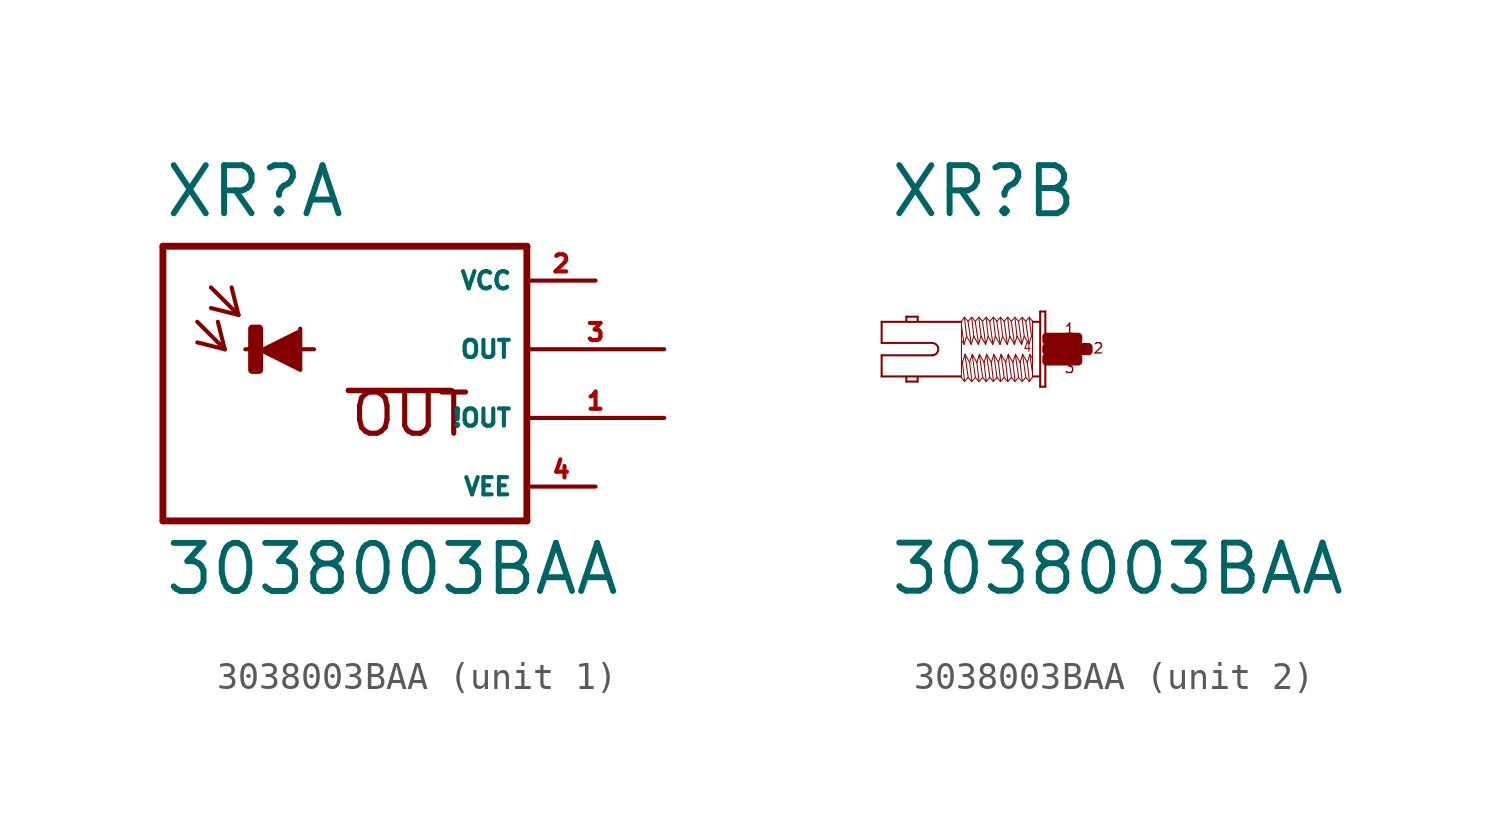
<source format=kicad_sym>
(kicad_symbol_lib
  (version 20220914)
  (generator Eagle2Kicad)
  (symbol "3038003BAA"
    (property "Reference" "XR"
      (at -5.842 4.801 0)
      (effects (font (size 1.778 1.778) (thickness 0.22)) (justify left bottom)))
    (property "Value" "3038003BAA"
      (at -5.842 -9.169 0)
      (effects (font (size 1.778 1.778) (thickness 0.22)) (justify left bottom)))
    (symbol "3038003BAA_1_0"
      (polyline (pts (xy -2.286 0) (xy -0.762 -0.762) (xy -0.762 0.762)) (stroke (width 0.152) (type default)) (fill (type outline)))
      (polyline (pts (xy -4.572 1.016) (xy -3.556 0)) (stroke (width 0.152) (type default)) (fill (type none)))
      (polyline (pts (xy -3.556 0) (xy -3.81 1.016)) (stroke (width 0.152) (type default)) (fill (type none)))
      (polyline (pts (xy -3.556 0) (xy -4.572 0.254)) (stroke (width 0.152) (type default)) (fill (type none)))
      (polyline (pts (xy -4.064 2.286) (xy -3.048 1.27)) (stroke (width 0.152) (type default)) (fill (type none)))
      (polyline (pts (xy -3.048 1.27) (xy -3.302 2.286)) (stroke (width 0.152) (type default)) (fill (type none)))
      (polyline (pts (xy -3.048 1.27) (xy -4.064 1.524)) (stroke (width 0.152) (type default)) (fill (type none)))
      (polyline (pts (xy 7.62 3.81) (xy 7.62 -6.35)) (stroke (width 0.254) (type default)) (fill (type none)))
      (polyline (pts (xy 7.62 -6.35) (xy -5.842 -6.35)) (stroke (width 0.254) (type default)) (fill (type none)))
      (polyline (pts (xy -5.842 -6.35) (xy -5.842 3.81)) (stroke (width 0.254) (type default)) (fill (type none)))
      (polyline (pts (xy -5.842 3.81) (xy 7.62 3.81)) (stroke (width 0.254) (type default)) (fill (type none)))
      (polyline (pts (xy -2.794 0) (xy -0.254 0)) (stroke (width 0.152) (type default)) (fill (type none)))
      (polyline (pts (xy 1.016 -1.524) (xy 4.826 -1.524)) (stroke (width 0.203) (type default)) (fill (type none)))
      (text "OUT" (at 1.016 -3.302 0) (effects (font (size 1.524 1.524) (thickness 0.19)) (justify left bottom)))
      (rectangle (start -2.54 -0.762) (end -2.286 0.762) (stroke (width 0.3) (type default)) (fill (type outline)))
      (pin unspecified line (at 10.16 2.54 180) (length 2.54) (name "VCC" (effects (font (size 0.635 0.635) (thickness 0.08)) (justify left bottom))) (number "2" (effects (font (size 0.635 0.635) (thickness 0.08)) (justify left bottom))))
      (pin unspecified line (at 10.16 -5.08 180) (length 2.54) (name "VEE" (effects (font (size 0.635 0.635) (thickness 0.08)) (justify left bottom))) (number "4" (effects (font (size 0.635 0.635) (thickness 0.08)) (justify left bottom))))
      (pin output line (at 12.7 0 180) (length 5.08) (name "OUT" (effects (font (size 0.635 0.635) (thickness 0.08)) (justify left bottom))) (number "3" (effects (font (size 0.635 0.635) (thickness 0.08)) (justify left bottom))))
      (pin output line (at 12.7 -2.54 180) (length 5.08) (name "!OUT" (effects (font (size 0.635 0.635) (thickness 0.08)) (justify left bottom))) (number "1" (effects (font (size 0.635 0.635) (thickness 0.08)) (justify left bottom)))))
    (symbol "3038003BAA_2_0"
      (polyline (pts (xy -0.038 1.391) (xy -0.038 -1.391)) (stroke (width 0.076) (type default)) (fill (type none)))
      (polyline (pts (xy -0.038 -1.391) (xy -0.229 -1.391)) (stroke (width 0.076) (type default)) (fill (type none)))
      (polyline (pts (xy -0.229 -1.391) (xy -0.229 1.391)) (stroke (width 0.076) (type default)) (fill (type none)))
      (polyline (pts (xy -0.229 1.391) (xy -0.038 1.391)) (stroke (width 0.076) (type default)) (fill (type none)))
      (polyline (pts (xy -0.267 1.01) (xy -0.476 1.01)) (stroke (width 0.076) (type default)) (fill (type none)))
      (polyline (pts (xy -0.267 -1.01) (xy -0.476 -1.01)) (stroke (width 0.076) (type default)) (fill (type none)))
      (polyline (pts (xy -3.181 -1.01) (xy -6.096 -1.01)) (stroke (width 0.076) (type default)) (fill (type none)))
      (polyline (pts (xy -6.096 -1.01) (xy -6.096 -0.229)) (stroke (width 0.076) (type default)) (fill (type none)))
      (polyline (pts (xy -6.096 -0.229) (xy -4.229 -0.229)) (stroke (width 0.076) (type default)) (fill (type none)))
      (polyline (pts (xy -4.229 0.229) (xy -6.096 0.229)) (stroke (width 0.076) (type default)) (fill (type none)))
      (polyline (pts (xy -6.096 0.229) (xy -6.096 1.01)) (stroke (width 0.076) (type default)) (fill (type none)))
      (polyline (pts (xy -6.096 1.01) (xy -3.181 1.01)) (stroke (width 0.076) (type default)) (fill (type none)))
      (polyline (pts (xy -4.763 -1.029) (xy -4.763 -1.2)) (stroke (width 0.076) (type default)) (fill (type none)))
      (polyline (pts (xy -4.763 -1.2) (xy -5.182 -1.2)) (stroke (width 0.076) (type default)) (fill (type none)))
      (polyline (pts (xy -5.182 -1.2) (xy -5.182 -1.048)) (stroke (width 0.076) (type default)) (fill (type none)))
      (polyline (pts (xy -4.763 1.067) (xy -4.763 1.2)) (stroke (width 0.076) (type default)) (fill (type none)))
      (polyline (pts (xy -4.763 1.2) (xy -5.182 1.2)) (stroke (width 0.076) (type default)) (fill (type none)))
      (polyline (pts (xy -5.182 1.2) (xy -5.182 1.048)) (stroke (width 0.076) (type default)) (fill (type none)))
      (polyline (pts (xy -0.514 -1.048) (xy -0.629 -1.2)) (stroke (width 0.038) (type default)) (fill (type none)))
      (polyline (pts (xy -0.629 -1.2) (xy -0.762 -1.048)) (stroke (width 0.038) (type default)) (fill (type none)))
      (polyline (pts (xy -0.762 -1.048) (xy -0.895 -1.2)) (stroke (width 0.038) (type default)) (fill (type none)))
      (polyline (pts (xy -0.895 -1.2) (xy -1.029 -1.048)) (stroke (width 0.038) (type default)) (fill (type none)))
      (polyline (pts (xy -1.029 -1.048) (xy -1.162 -1.2)) (stroke (width 0.038) (type default)) (fill (type none)))
      (polyline (pts (xy -1.162 -1.2) (xy -1.295 -1.048)) (stroke (width 0.038) (type default)) (fill (type none)))
      (polyline (pts (xy -1.295 -1.048) (xy -1.429 -1.2)) (stroke (width 0.038) (type default)) (fill (type none)))
      (polyline (pts (xy -1.429 -1.2) (xy -1.562 -1.048)) (stroke (width 0.038) (type default)) (fill (type none)))
      (polyline (pts (xy -1.562 -1.048) (xy -1.696 -1.2)) (stroke (width 0.038) (type default)) (fill (type none)))
      (polyline (pts (xy -1.696 -1.2) (xy -1.829 -1.048)) (stroke (width 0.038) (type default)) (fill (type none)))
      (polyline (pts (xy -1.829 -1.048) (xy -1.962 -1.2)) (stroke (width 0.038) (type default)) (fill (type none)))
      (polyline (pts (xy -1.962 -1.2) (xy -2.095 -1.048)) (stroke (width 0.038) (type default)) (fill (type none)))
      (polyline (pts (xy -2.095 -1.048) (xy -2.229 -1.2)) (stroke (width 0.038) (type default)) (fill (type none)))
      (polyline (pts (xy -2.229 -1.2) (xy -2.362 -1.048)) (stroke (width 0.038) (type default)) (fill (type none)))
      (polyline (pts (xy -2.362 -1.048) (xy -2.496 -1.2)) (stroke (width 0.038) (type default)) (fill (type none)))
      (polyline (pts (xy -2.496 -1.2) (xy -2.629 -1.048)) (stroke (width 0.038) (type default)) (fill (type none)))
      (polyline (pts (xy -2.629 -1.048) (xy -2.762 -1.2)) (stroke (width 0.038) (type default)) (fill (type none)))
      (polyline (pts (xy -2.762 -1.2) (xy -2.896 -1.048)) (stroke (width 0.038) (type default)) (fill (type none)))
      (polyline (pts (xy -2.896 -1.048) (xy -3.029 -1.2)) (stroke (width 0.038) (type default)) (fill (type none)))
      (polyline (pts (xy -3.029 -1.2) (xy -3.143 -1.048)) (stroke (width 0.038) (type default)) (fill (type none)))
      (polyline (pts (xy -3.143 -1.048) (xy -3.143 -0.419)) (stroke (width 0.038) (type default)) (fill (type none)))
      (polyline (pts (xy -3.143 -0.419) (xy -3.143 0.857)) (stroke (width 0.038) (type default)) (fill (type none)))
      (polyline (pts (xy -3.143 0.857) (xy -3.143 1.029)) (stroke (width 0.038) (type default)) (fill (type none)))
      (polyline (pts (xy -0.514 1.048) (xy -0.514 1.029)) (stroke (width 0.038) (type default)) (fill (type none)))
      (polyline (pts (xy -0.514 1.029) (xy -0.514 -0.876)) (stroke (width 0.038) (type default)) (fill (type none)))
      (polyline (pts (xy -0.514 -0.876) (xy -0.514 -1.029)) (stroke (width 0.038) (type default)) (fill (type none)))
      (polyline (pts (xy -0.533 -0.324) (xy -0.61 -0.191)) (stroke (width 0.038) (type default)) (fill (type none)))
      (polyline (pts (xy -0.61 -0.191) (xy -0.705 -0.495)) (stroke (width 0.038) (type default)) (fill (type none)))
      (polyline (pts (xy -0.705 -0.495) (xy -0.876 -0.191)) (stroke (width 0.038) (type default)) (fill (type none)))
      (polyline (pts (xy -0.876 -0.191) (xy -0.972 -0.495)) (stroke (width 0.038) (type default)) (fill (type none)))
      (polyline (pts (xy -0.972 -0.495) (xy -1.143 -0.191)) (stroke (width 0.038) (type default)) (fill (type none)))
      (polyline (pts (xy -1.143 -0.191) (xy -1.238 -0.495)) (stroke (width 0.038) (type default)) (fill (type none)))
      (polyline (pts (xy -1.238 -0.495) (xy -1.41 -0.191)) (stroke (width 0.038) (type default)) (fill (type none)))
      (polyline (pts (xy -1.41 -0.191) (xy -1.505 -0.495)) (stroke (width 0.038) (type default)) (fill (type none)))
      (polyline (pts (xy -1.505 -0.495) (xy -1.676 -0.191)) (stroke (width 0.038) (type default)) (fill (type none)))
      (polyline (pts (xy -1.676 -0.191) (xy -1.772 -0.495)) (stroke (width 0.038) (type default)) (fill (type none)))
      (polyline (pts (xy -1.772 -0.495) (xy -1.943 -0.191)) (stroke (width 0.038) (type default)) (fill (type none)))
      (polyline (pts (xy -1.943 -0.191) (xy -2.038 -0.495)) (stroke (width 0.038) (type default)) (fill (type none)))
      (polyline (pts (xy -2.038 -0.495) (xy -2.21 -0.191)) (stroke (width 0.038) (type default)) (fill (type none)))
      (polyline (pts (xy -2.21 -0.191) (xy -2.305 -0.495)) (stroke (width 0.038) (type default)) (fill (type none)))
      (polyline (pts (xy -2.305 -0.495) (xy -2.477 -0.191)) (stroke (width 0.038) (type default)) (fill (type none)))
      (polyline (pts (xy -2.477 -0.191) (xy -2.572 -0.495)) (stroke (width 0.038) (type default)) (fill (type none)))
      (polyline (pts (xy -2.572 -0.495) (xy -2.743 -0.191)) (stroke (width 0.038) (type default)) (fill (type none)))
      (polyline (pts (xy -2.743 -0.191) (xy -2.838 -0.495)) (stroke (width 0.038) (type default)) (fill (type none)))
      (polyline (pts (xy -2.838 -0.495) (xy -3.01 -0.191)) (stroke (width 0.038) (type default)) (fill (type none)))
      (polyline (pts (xy -3.01 -0.191) (xy -3.105 -0.495)) (stroke (width 0.038) (type default)) (fill (type none)))
      (polyline (pts (xy -3.105 -0.495) (xy -3.143 -0.419)) (stroke (width 0.038) (type default)) (fill (type none)))
      (polyline (pts (xy -3.029 -1.162) (xy -3.105 -0.495)) (stroke (width 0.038) (type default)) (fill (type none)))
      (polyline (pts (xy -2.896 -1.029) (xy -3.01 -0.229)) (stroke (width 0.038) (type default)) (fill (type none)))
      (polyline (pts (xy -2.762 -1.162) (xy -2.838 -0.495)) (stroke (width 0.038) (type default)) (fill (type none)))
      (polyline (pts (xy -2.629 -1.029) (xy -2.743 -0.229)) (stroke (width 0.038) (type default)) (fill (type none)))
      (polyline (pts (xy -2.496 -1.162) (xy -2.572 -0.495)) (stroke (width 0.038) (type default)) (fill (type none)))
      (polyline (pts (xy -2.362 -1.029) (xy -2.477 -0.229)) (stroke (width 0.038) (type default)) (fill (type none)))
      (polyline (pts (xy -2.229 -1.162) (xy -2.305 -0.495)) (stroke (width 0.038) (type default)) (fill (type none)))
      (polyline (pts (xy -2.095 -1.029) (xy -2.21 -0.229)) (stroke (width 0.038) (type default)) (fill (type none)))
      (polyline (pts (xy -1.962 -1.162) (xy -2.038 -0.495)) (stroke (width 0.038) (type default)) (fill (type none)))
      (polyline (pts (xy -1.829 -1.029) (xy -1.943 -0.229)) (stroke (width 0.038) (type default)) (fill (type none)))
      (polyline (pts (xy -1.696 -1.162) (xy -1.772 -0.495)) (stroke (width 0.038) (type default)) (fill (type none)))
      (polyline (pts (xy -1.562 -1.029) (xy -1.676 -0.229)) (stroke (width 0.038) (type default)) (fill (type none)))
      (polyline (pts (xy -1.429 -1.162) (xy -1.505 -0.495)) (stroke (width 0.038) (type default)) (fill (type none)))
      (polyline (pts (xy -1.295 -1.029) (xy -1.41 -0.229)) (stroke (width 0.038) (type default)) (fill (type none)))
      (polyline (pts (xy -1.162 -1.162) (xy -1.238 -0.495)) (stroke (width 0.038) (type default)) (fill (type none)))
      (polyline (pts (xy -1.029 -1.029) (xy -1.143 -0.229)) (stroke (width 0.038) (type default)) (fill (type none)))
      (polyline (pts (xy -0.895 -1.162) (xy -0.972 -0.495)) (stroke (width 0.038) (type default)) (fill (type none)))
      (polyline (pts (xy -0.762 -1.029) (xy -0.876 -0.229)) (stroke (width 0.038) (type default)) (fill (type none)))
      (polyline (pts (xy -0.629 -1.162) (xy -0.705 -0.495)) (stroke (width 0.038) (type default)) (fill (type none)))
      (polyline (pts (xy -0.514 -0.876) (xy -0.61 -0.229)) (stroke (width 0.038) (type default)) (fill (type none)))
      (polyline (pts (xy -3.143 1.029) (xy -3.029 1.181)) (stroke (width 0.038) (type default)) (fill (type none)))
      (polyline (pts (xy -3.029 1.181) (xy -2.896 1.029)) (stroke (width 0.038) (type default)) (fill (type none)))
      (polyline (pts (xy -2.896 1.029) (xy -2.762 1.181)) (stroke (width 0.038) (type default)) (fill (type none)))
      (polyline (pts (xy -2.762 1.181) (xy -2.629 1.029)) (stroke (width 0.038) (type default)) (fill (type none)))
      (polyline (pts (xy -2.629 1.029) (xy -2.496 1.181)) (stroke (width 0.038) (type default)) (fill (type none)))
      (polyline (pts (xy -2.496 1.181) (xy -2.362 1.029)) (stroke (width 0.038) (type default)) (fill (type none)))
      (polyline (pts (xy -2.362 1.029) (xy -2.229 1.181)) (stroke (width 0.038) (type default)) (fill (type none)))
      (polyline (pts (xy -2.229 1.181) (xy -2.095 1.029)) (stroke (width 0.038) (type default)) (fill (type none)))
      (polyline (pts (xy -2.095 1.029) (xy -1.962 1.181)) (stroke (width 0.038) (type default)) (fill (type none)))
      (polyline (pts (xy -1.962 1.181) (xy -1.829 1.029)) (stroke (width 0.038) (type default)) (fill (type none)))
      (polyline (pts (xy -1.829 1.029) (xy -1.696 1.181)) (stroke (width 0.038) (type default)) (fill (type none)))
      (polyline (pts (xy -1.696 1.181) (xy -1.562 1.029)) (stroke (width 0.038) (type default)) (fill (type none)))
      (polyline (pts (xy -1.562 1.029) (xy -1.429 1.181)) (stroke (width 0.038) (type default)) (fill (type none)))
      (polyline (pts (xy -1.429 1.181) (xy -1.295 1.029)) (stroke (width 0.038) (type default)) (fill (type none)))
      (polyline (pts (xy -1.295 1.029) (xy -1.162 1.181)) (stroke (width 0.038) (type default)) (fill (type none)))
      (polyline (pts (xy -1.162 1.181) (xy -1.029 1.029)) (stroke (width 0.038) (type default)) (fill (type none)))
      (polyline (pts (xy -1.029 1.029) (xy -0.895 1.181)) (stroke (width 0.038) (type default)) (fill (type none)))
      (polyline (pts (xy -0.895 1.181) (xy -0.762 1.029)) (stroke (width 0.038) (type default)) (fill (type none)))
      (polyline (pts (xy -0.762 1.029) (xy -0.629 1.181)) (stroke (width 0.038) (type default)) (fill (type none)))
      (polyline (pts (xy -0.629 1.181) (xy -0.514 1.029)) (stroke (width 0.038) (type default)) (fill (type none)))
      (polyline (pts (xy -3.124 0.305) (xy -3.048 0.172)) (stroke (width 0.038) (type default)) (fill (type none)))
      (polyline (pts (xy -3.048 0.172) (xy -2.953 0.476)) (stroke (width 0.038) (type default)) (fill (type none)))
      (polyline (pts (xy -2.953 0.476) (xy -2.781 0.172)) (stroke (width 0.038) (type default)) (fill (type none)))
      (polyline (pts (xy -2.781 0.172) (xy -2.686 0.476)) (stroke (width 0.038) (type default)) (fill (type none)))
      (polyline (pts (xy -2.686 0.476) (xy -2.515 0.172)) (stroke (width 0.038) (type default)) (fill (type none)))
      (polyline (pts (xy -2.515 0.172) (xy -2.419 0.476)) (stroke (width 0.038) (type default)) (fill (type none)))
      (polyline (pts (xy -2.419 0.476) (xy -2.248 0.172)) (stroke (width 0.038) (type default)) (fill (type none)))
      (polyline (pts (xy -2.248 0.172) (xy -2.153 0.476)) (stroke (width 0.038) (type default)) (fill (type none)))
      (polyline (pts (xy -2.153 0.476) (xy -1.981 0.172)) (stroke (width 0.038) (type default)) (fill (type none)))
      (polyline (pts (xy -1.981 0.172) (xy -1.886 0.476)) (stroke (width 0.038) (type default)) (fill (type none)))
      (polyline (pts (xy -1.886 0.476) (xy -1.714 0.172)) (stroke (width 0.038) (type default)) (fill (type none)))
      (polyline (pts (xy -1.714 0.172) (xy -1.619 0.476)) (stroke (width 0.038) (type default)) (fill (type none)))
      (polyline (pts (xy -1.619 0.476) (xy -1.448 0.172)) (stroke (width 0.038) (type default)) (fill (type none)))
      (polyline (pts (xy -1.448 0.172) (xy -1.353 0.476)) (stroke (width 0.038) (type default)) (fill (type none)))
      (polyline (pts (xy -1.353 0.476) (xy -1.181 0.172)) (stroke (width 0.038) (type default)) (fill (type none)))
      (polyline (pts (xy -1.181 0.172) (xy -1.086 0.476)) (stroke (width 0.038) (type default)) (fill (type none)))
      (polyline (pts (xy -1.086 0.476) (xy -0.914 0.172)) (stroke (width 0.038) (type default)) (fill (type none)))
      (polyline (pts (xy -0.914 0.172) (xy -0.819 0.476)) (stroke (width 0.038) (type default)) (fill (type none)))
      (polyline (pts (xy -0.819 0.476) (xy -0.648 0.172)) (stroke (width 0.038) (type default)) (fill (type none)))
      (polyline (pts (xy -0.648 0.172) (xy -0.552 0.476)) (stroke (width 0.038) (type default)) (fill (type none)))
      (polyline (pts (xy -0.629 1.143) (xy -0.552 0.476)) (stroke (width 0.038) (type default)) (fill (type none)))
      (polyline (pts (xy -0.762 1.01) (xy -0.648 0.21)) (stroke (width 0.038) (type default)) (fill (type none)))
      (polyline (pts (xy -0.895 1.143) (xy -0.819 0.476)) (stroke (width 0.038) (type default)) (fill (type none)))
      (polyline (pts (xy -1.029 1.01) (xy -0.914 0.21)) (stroke (width 0.038) (type default)) (fill (type none)))
      (polyline (pts (xy -1.162 1.143) (xy -1.086 0.476)) (stroke (width 0.038) (type default)) (fill (type none)))
      (polyline (pts (xy -1.295 1.01) (xy -1.181 0.21)) (stroke (width 0.038) (type default)) (fill (type none)))
      (polyline (pts (xy -1.429 1.143) (xy -1.353 0.476)) (stroke (width 0.038) (type default)) (fill (type none)))
      (polyline (pts (xy -1.562 1.01) (xy -1.448 0.21)) (stroke (width 0.038) (type default)) (fill (type none)))
      (polyline (pts (xy -1.696 1.143) (xy -1.619 0.476)) (stroke (width 0.038) (type default)) (fill (type none)))
      (polyline (pts (xy -1.829 1.01) (xy -1.714 0.21)) (stroke (width 0.038) (type default)) (fill (type none)))
      (polyline (pts (xy -1.962 1.143) (xy -1.886 0.476)) (stroke (width 0.038) (type default)) (fill (type none)))
      (polyline (pts (xy -2.095 1.01) (xy -1.981 0.21)) (stroke (width 0.038) (type default)) (fill (type none)))
      (polyline (pts (xy -2.229 1.143) (xy -2.153 0.476)) (stroke (width 0.038) (type default)) (fill (type none)))
      (polyline (pts (xy -2.362 1.01) (xy -2.248 0.21)) (stroke (width 0.038) (type default)) (fill (type none)))
      (polyline (pts (xy -2.496 1.143) (xy -2.419 0.476)) (stroke (width 0.038) (type default)) (fill (type none)))
      (polyline (pts (xy -2.629 1.01) (xy -2.515 0.21)) (stroke (width 0.038) (type default)) (fill (type none)))
      (polyline (pts (xy -2.762 1.143) (xy -2.686 0.476)) (stroke (width 0.038) (type default)) (fill (type none)))
      (polyline (pts (xy -2.896 1.01) (xy -2.781 0.21)) (stroke (width 0.038) (type default)) (fill (type none)))
      (polyline (pts (xy -3.029 1.143) (xy -2.953 0.476)) (stroke (width 0.038) (type default)) (fill (type none)))
      (polyline (pts (xy -3.143 0.857) (xy -3.048 0.21)) (stroke (width 0.038) (type default)) (fill (type none)))
      (arc (start -4.2291 -0.2286) (mid -4.001 0.000) (end -4.2291 0.2286) (stroke (width 0.0762) (type default)) (fill (type none)))
      (text "1" (at 0.648 0.533 0) (effects (font (size 0.381 0.381) (thickness 0.05)) (justify left bottom)))
      (text "3" (at 0.648 -0.914 0) (effects (font (size 0.381 0.381) (thickness 0.05)) (justify left bottom)))
      (text "2" (at 1.714 -0.191 0) (effects (font (size 0.381 0.381) (thickness 0.05)) (justify left bottom)))
      (text "4" (at -0.876 -0.114 0) (effects (font (size 0.305 0.305) (thickness 0.04)) (justify left bottom)))
      (rectangle (start 0.762 -0.076) (end 1.562 0.076) (stroke (width 0.3) (type default)) (fill (type outline)))
      (rectangle (start 0 -0.076) (end 0.495 0.076) (stroke (width 0.3) (type default)) (fill (type outline)))
      (rectangle (start 0 0.305) (end 0.876 0.457) (stroke (width 0.3) (type default)) (fill (type outline)))
      (rectangle (start 0 -0.457) (end 0.876 -0.305) (stroke (width 0.3) (type default)) (fill (type outline)))
      (rectangle (start 0.838 -0.457) (end 1.181 -0.305) (stroke (width 0.3) (type default)) (fill (type outline)))
      (rectangle (start 0.457 -0.076) (end 0.8 0.076) (stroke (width 0.3) (type default)) (fill (type outline)))
      (rectangle (start 0.838 0.305) (end 1.181 0.457) (stroke (width 0.3) (type default)) (fill (type outline))))))
</source>
